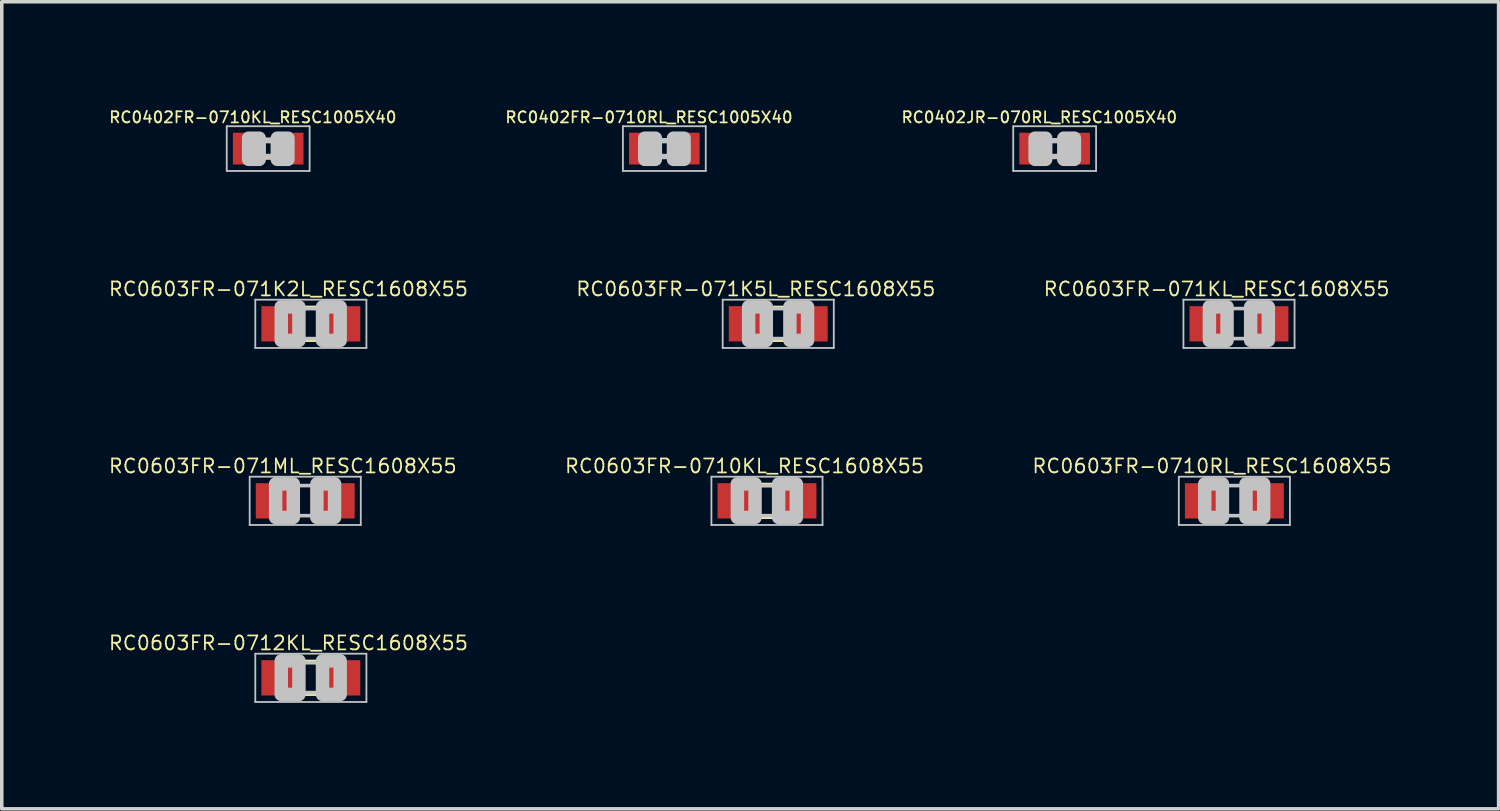
<source format=kicad_pcb>
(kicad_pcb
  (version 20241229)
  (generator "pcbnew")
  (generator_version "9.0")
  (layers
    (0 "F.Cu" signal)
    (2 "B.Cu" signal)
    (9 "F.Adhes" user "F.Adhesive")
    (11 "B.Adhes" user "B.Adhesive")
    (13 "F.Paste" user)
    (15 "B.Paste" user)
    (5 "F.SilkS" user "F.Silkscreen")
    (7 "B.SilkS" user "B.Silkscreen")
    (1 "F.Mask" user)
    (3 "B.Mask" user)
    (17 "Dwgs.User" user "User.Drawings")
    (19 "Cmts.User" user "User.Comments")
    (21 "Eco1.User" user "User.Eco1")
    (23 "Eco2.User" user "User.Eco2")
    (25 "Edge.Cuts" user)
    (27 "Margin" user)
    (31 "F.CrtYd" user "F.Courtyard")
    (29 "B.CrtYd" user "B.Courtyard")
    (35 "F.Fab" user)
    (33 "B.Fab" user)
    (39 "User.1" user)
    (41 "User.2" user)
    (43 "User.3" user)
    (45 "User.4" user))
  (footprint "RC0603FR-0710KL_RESC1608X55"
    (layer "F.Cu")
    (at 18.665 11.13)
    (property "Reference" "RC0603FR-0710KL_RESC1608X55" (at -0.635 -0.985 0) (layer "F.SilkS") (effects (font (size 0.394 0.394) (thickness 0.05))))
    (attr smd)
    (fp_line (start -0.15 -0.45) (end 0.15 -0.45) (stroke (width 0.127) (type solid)) (layer "F.SilkS"))
    (fp_line (start -0.15 0.45) (end 0.15 0.45) (stroke (width 0.127) (type solid)) (layer "F.SilkS"))
    (fp_line (start -1.573 -0.683) (end 1.573 -0.683) (stroke (width 0.051) (type solid)) (layer "Dwgs.User"))
    (fp_line (start -1.573 0.683) (end -1.573 -0.683) (stroke (width 0.051) (type solid)) (layer "Dwgs.User"))
    (fp_line (start -0.356 -0.432) (end 0.356 -0.432) (stroke (width 0.102) (type solid)) (layer "Dwgs.User"))
    (fp_line (start -0.356 0.419) (end 0.356 0.419) (stroke (width 0.102) (type solid)) (layer "Dwgs.User"))
    (fp_line (start 1.573 -0.683) (end 1.573 0.683) (stroke (width 0.051) (type solid)) (layer "Dwgs.User"))
    (fp_line (start 1.573 0.683) (end -1.573 0.683) (stroke (width 0.051) (type solid)) (layer "Dwgs.User"))
    (fp_poly (pts (xy -0.838 -0.48) (xy -0.338 -0.48) (xy -0.338 0.47) (xy -0.838 0.47)) (stroke (width 0.381) (type solid)) (fill no) (layer "Dwgs.User"))
    (fp_poly (pts (xy 0.33 -0.48) (xy 0.83 -0.48) (xy 0.83 0.47) (xy 0.33 0.47)) (stroke (width 0.381) (type solid)) (fill no) (layer "Dwgs.User"))
    (pad "1" smd rect (at -0.85 0) (size 1.1 1) (layers "F.Cu" "F.Mask" "F.Paste"))
    (pad "2" smd rect (at 0.85 0) (size 1.1 1) (layers "F.Cu" "F.Mask" "F.Paste")))
  (footprint "RC0402JR-070RL_RESC1005X40"
    (layer "F.Cu")
    (at 26.81 1.157)
    (property "Reference" "RC0402JR-070RL_RESC1005X40" (at -0.435 -0.885 0) (layer "F.SilkS") (effects (font (size 0.315 0.315) (thickness 0.05))))
    (attr smd)
    (fp_line (start -1.173 -0.633) (end 1.173 -0.633) (stroke (width 0.051) (type solid)) (layer "Dwgs.User"))
    (fp_line (start -1.173 0.633) (end -1.173 -0.633) (stroke (width 0.051) (type solid)) (layer "Dwgs.User"))
    (fp_line (start -0.245 -0.224) (end 0.245 -0.224) (stroke (width 0.152) (type solid)) (layer "Dwgs.User"))
    (fp_line (start 0.245 0.224) (end -0.245 0.224) (stroke (width 0.152) (type solid)) (layer "Dwgs.User"))
    (fp_line (start 1.173 -0.633) (end 1.173 0.633) (stroke (width 0.051) (type solid)) (layer "Dwgs.User"))
    (fp_line (start 1.173 0.633) (end -1.173 0.633) (stroke (width 0.051) (type solid)) (layer "Dwgs.User"))
    (fp_poly (pts (xy -0.554 -0.295) (xy -0.254 -0.295) (xy -0.254 0.305) (xy -0.554 0.305)) (stroke (width 0.381) (type solid)) (fill no) (layer "Dwgs.User"))
    (fp_poly (pts (xy 0.259 -0.295) (xy 0.559 -0.295) (xy 0.559 0.305) (xy 0.259 0.305)) (stroke (width 0.381) (type solid)) (fill no) (layer "Dwgs.User"))
    (pad "1" smd rect (at -0.65 0) (size 0.7 0.9) (layers "F.Cu" "F.Mask" "F.Paste"))
    (pad "2" smd rect (at 0.65 0) (size 0.7 0.9) (layers "F.Cu" "F.Mask" "F.Paste")))
  (footprint "RC0402FR-0710RL_RESC1005X40"
    (layer "F.Cu")
    (at 15.759 1.157)
    (property "Reference" "RC0402FR-0710RL_RESC1005X40" (at -0.435 -0.885 0) (layer "F.SilkS") (effects (font (size 0.315 0.315) (thickness 0.05))))
    (attr smd)
    (fp_line (start -1.173 -0.633) (end 1.173 -0.633) (stroke (width 0.051) (type solid)) (layer "Dwgs.User"))
    (fp_line (start -1.173 0.633) (end -1.173 -0.633) (stroke (width 0.051) (type solid)) (layer "Dwgs.User"))
    (fp_line (start -0.245 -0.224) (end 0.245 -0.224) (stroke (width 0.152) (type solid)) (layer "Dwgs.User"))
    (fp_line (start 0.245 0.224) (end -0.245 0.224) (stroke (width 0.152) (type solid)) (layer "Dwgs.User"))
    (fp_line (start 1.173 -0.633) (end 1.173 0.633) (stroke (width 0.051) (type solid)) (layer "Dwgs.User"))
    (fp_line (start 1.173 0.633) (end -1.173 0.633) (stroke (width 0.051) (type solid)) (layer "Dwgs.User"))
    (fp_poly (pts (xy -0.554 -0.295) (xy -0.254 -0.295) (xy -0.254 0.305) (xy -0.554 0.305)) (stroke (width 0.381) (type solid)) (fill no) (layer "Dwgs.User"))
    (fp_poly (pts (xy 0.259 -0.295) (xy 0.559 -0.295) (xy 0.559 0.305) (xy 0.259 0.305)) (stroke (width 0.381) (type solid)) (fill no) (layer "Dwgs.User"))
    (pad "1" smd rect (at -0.65 0) (size 0.7 0.9) (layers "F.Cu" "F.Mask" "F.Paste"))
    (pad "2" smd rect (at 0.65 0) (size 0.7 0.9) (layers "F.Cu" "F.Mask" "F.Paste")))
  (footprint "RC0603FR-0710RL_RESC1608X55"
    (layer "F.Cu")
    (at 31.898 11.13)
    (property "Reference" "RC0603FR-0710RL_RESC1608X55" (at -0.635 -0.985 0) (layer "F.SilkS") (effects (font (size 0.394 0.394) (thickness 0.05))))
    (attr smd)
    (fp_line (start -1.573 -0.683) (end 1.573 -0.683) (stroke (width 0.051) (type solid)) (layer "Dwgs.User"))
    (fp_line (start -1.573 0.683) (end -1.573 -0.683) (stroke (width 0.051) (type solid)) (layer "Dwgs.User"))
    (fp_line (start -0.356 -0.432) (end 0.356 -0.432) (stroke (width 0.102) (type solid)) (layer "Dwgs.User"))
    (fp_line (start -0.356 0.419) (end 0.356 0.419) (stroke (width 0.102) (type solid)) (layer "Dwgs.User"))
    (fp_line (start 1.573 -0.683) (end 1.573 0.683) (stroke (width 0.051) (type solid)) (layer "Dwgs.User"))
    (fp_line (start 1.573 0.683) (end -1.573 0.683) (stroke (width 0.051) (type solid)) (layer "Dwgs.User"))
    (fp_poly (pts (xy -0.838 -0.48) (xy -0.338 -0.48) (xy -0.338 0.47) (xy -0.838 0.47)) (stroke (width 0.381) (type solid)) (fill no) (layer "Dwgs.User"))
    (fp_poly (pts (xy 0.33 -0.48) (xy 0.83 -0.48) (xy 0.83 0.47) (xy 0.33 0.47)) (stroke (width 0.381) (type solid)) (fill no) (layer "Dwgs.User"))
    (pad "1" smd rect (at -0.85 0) (size 1.1 1) (layers "F.Cu" "F.Mask" "F.Paste"))
    (pad "2" smd rect (at 0.85 0) (size 1.1 1) (layers "F.Cu" "F.Mask" "F.Paste")))
  (footprint "RC0402FR-0710KL_RESC1005X40"
    (layer "F.Cu")
    (at 4.543 1.157)
    (property "Reference" "RC0402FR-0710KL_RESC1005X40" (at -0.435 -0.885 0) (layer "F.SilkS") (effects (font (size 0.315 0.315) (thickness 0.05))))
    (attr smd)
    (fp_line (start -0.15 -0.25) (end 0.15 -0.25) (stroke (width 0.127) (type solid)) (layer "F.SilkS"))
    (fp_line (start -0.15 0.25) (end 0.15 0.25) (stroke (width 0.127) (type solid)) (layer "F.SilkS"))
    (fp_line (start -1.173 -0.633) (end 1.173 -0.633) (stroke (width 0.051) (type solid)) (layer "Dwgs.User"))
    (fp_line (start -1.173 0.633) (end -1.173 -0.633) (stroke (width 0.051) (type solid)) (layer "Dwgs.User"))
    (fp_line (start -0.245 -0.224) (end 0.245 -0.224) (stroke (width 0.152) (type solid)) (layer "Dwgs.User"))
    (fp_line (start 0.245 0.224) (end -0.245 0.224) (stroke (width 0.152) (type solid)) (layer "Dwgs.User"))
    (fp_line (start 1.173 -0.633) (end 1.173 0.633) (stroke (width 0.051) (type solid)) (layer "Dwgs.User"))
    (fp_line (start 1.173 0.633) (end -1.173 0.633) (stroke (width 0.051) (type solid)) (layer "Dwgs.User"))
    (fp_poly (pts (xy -0.554 -0.295) (xy -0.254 -0.295) (xy -0.254 0.305) (xy -0.554 0.305)) (stroke (width 0.381) (type solid)) (fill no) (layer "Dwgs.User"))
    (fp_poly (pts (xy 0.259 -0.295) (xy 0.559 -0.295) (xy 0.559 0.305) (xy 0.259 0.305)) (stroke (width 0.381) (type solid)) (fill no) (layer "Dwgs.User"))
    (pad "1" smd rect (at -0.65 0) (size 0.7 0.9) (layers "F.Cu" "F.Mask" "F.Paste"))
    (pad "2" smd rect (at 0.65 0) (size 0.7 0.9) (layers "F.Cu" "F.Mask" "F.Paste")))
  (footprint "RC0603FR-071KL_RESC1608X55"
    (layer "F.Cu")
    (at 32.029 6.118)
    (property "Reference" "RC0603FR-071KL_RESC1608X55" (at -0.635 -0.985 0) (layer "F.SilkS") (effects (font (size 0.394 0.394) (thickness 0.05))))
    (attr smd)
    (fp_line (start -1.573 -0.683) (end 1.573 -0.683) (stroke (width 0.051) (type solid)) (layer "Dwgs.User"))
    (fp_line (start -1.573 0.683) (end -1.573 -0.683) (stroke (width 0.051) (type solid)) (layer "Dwgs.User"))
    (fp_line (start -0.356 -0.432) (end 0.356 -0.432) (stroke (width 0.102) (type solid)) (layer "Dwgs.User"))
    (fp_line (start -0.356 0.419) (end 0.356 0.419) (stroke (width 0.102) (type solid)) (layer "Dwgs.User"))
    (fp_line (start 1.573 -0.683) (end 1.573 0.683) (stroke (width 0.051) (type solid)) (layer "Dwgs.User"))
    (fp_line (start 1.573 0.683) (end -1.573 0.683) (stroke (width 0.051) (type solid)) (layer "Dwgs.User"))
    (fp_poly (pts (xy -0.838 -0.48) (xy -0.338 -0.48) (xy -0.338 0.47) (xy -0.838 0.47)) (stroke (width 0.381) (type solid)) (fill no) (layer "Dwgs.User"))
    (fp_poly (pts (xy 0.33 -0.48) (xy 0.83 -0.48) (xy 0.83 0.47) (xy 0.33 0.47)) (stroke (width 0.381) (type solid)) (fill no) (layer "Dwgs.User"))
    (pad "1" smd rect (at -0.85 0) (size 1.1 1) (layers "F.Cu" "F.Mask" "F.Paste"))
    (pad "2" smd rect (at 0.85 0) (size 1.1 1) (layers "F.Cu" "F.Mask" "F.Paste")))
  (footprint "RC0603FR-0712KL_RESC1608X55"
    (layer "F.Cu")
    (at 5.751 16.141)
    (property "Reference" "RC0603FR-0712KL_RESC1608X55" (at -0.635 -0.985 0) (layer "F.SilkS") (effects (font (size 0.394 0.394) (thickness 0.05))))
    (attr smd)
    (fp_line (start -0.15 -0.45) (end 0.15 -0.45) (stroke (width 0.127) (type solid)) (layer "F.SilkS"))
    (fp_line (start -0.15 0.45) (end 0.15 0.45) (stroke (width 0.127) (type solid)) (layer "F.SilkS"))
    (fp_line (start -1.573 -0.683) (end 1.573 -0.683) (stroke (width 0.051) (type solid)) (layer "Dwgs.User"))
    (fp_line (start -1.573 0.683) (end -1.573 -0.683) (stroke (width 0.051) (type solid)) (layer "Dwgs.User"))
    (fp_line (start -0.356 -0.432) (end 0.356 -0.432) (stroke (width 0.102) (type solid)) (layer "Dwgs.User"))
    (fp_line (start -0.356 0.419) (end 0.356 0.419) (stroke (width 0.102) (type solid)) (layer "Dwgs.User"))
    (fp_line (start 1.573 -0.683) (end 1.573 0.683) (stroke (width 0.051) (type solid)) (layer "Dwgs.User"))
    (fp_line (start 1.573 0.683) (end -1.573 0.683) (stroke (width 0.051) (type solid)) (layer "Dwgs.User"))
    (fp_poly (pts (xy -0.838 -0.48) (xy -0.338 -0.48) (xy -0.338 0.47) (xy -0.838 0.47)) (stroke (width 0.381) (type solid)) (fill no) (layer "Dwgs.User"))
    (fp_poly (pts (xy 0.33 -0.48) (xy 0.83 -0.48) (xy 0.83 0.47) (xy 0.33 0.47)) (stroke (width 0.381) (type solid)) (fill no) (layer "Dwgs.User"))
    (pad "1" smd rect (at -0.85 0) (size 1.1 1) (layers "F.Cu" "F.Mask" "F.Paste"))
    (pad "2" smd rect (at 0.85 0) (size 1.1 1) (layers "F.Cu" "F.Mask" "F.Paste")))
  (footprint "RC0603FR-071K5L_RESC1608X55"
    (layer "F.Cu")
    (at 18.984 6.118)
    (property "Reference" "RC0603FR-071K5L_RESC1608X55" (at -0.635 -0.985 0) (layer "F.SilkS") (effects (font (size 0.394 0.394) (thickness 0.05))))
    (attr smd)
    (fp_line (start -0.15 -0.45) (end 0.15 -0.45) (stroke (width 0.127) (type solid)) (layer "F.SilkS"))
    (fp_line (start -0.15 0.45) (end 0.15 0.45) (stroke (width 0.127) (type solid)) (layer "F.SilkS"))
    (fp_line (start -1.573 -0.683) (end 1.573 -0.683) (stroke (width 0.051) (type solid)) (layer "Dwgs.User"))
    (fp_line (start -1.573 0.683) (end -1.573 -0.683) (stroke (width 0.051) (type solid)) (layer "Dwgs.User"))
    (fp_line (start -0.356 -0.432) (end 0.356 -0.432) (stroke (width 0.102) (type solid)) (layer "Dwgs.User"))
    (fp_line (start -0.356 0.419) (end 0.356 0.419) (stroke (width 0.102) (type solid)) (layer "Dwgs.User"))
    (fp_line (start 1.573 -0.683) (end 1.573 0.683) (stroke (width 0.051) (type solid)) (layer "Dwgs.User"))
    (fp_line (start 1.573 0.683) (end -1.573 0.683) (stroke (width 0.051) (type solid)) (layer "Dwgs.User"))
    (fp_poly (pts (xy -0.838 -0.48) (xy -0.338 -0.48) (xy -0.338 0.47) (xy -0.838 0.47)) (stroke (width 0.381) (type solid)) (fill no) (layer "Dwgs.User"))
    (fp_poly (pts (xy 0.33 -0.48) (xy 0.83 -0.48) (xy 0.83 0.47) (xy 0.33 0.47)) (stroke (width 0.381) (type solid)) (fill no) (layer "Dwgs.User"))
    (pad "1" smd rect (at -0.85 0) (size 1.1 1) (layers "F.Cu" "F.Mask" "F.Paste"))
    (pad "2" smd rect (at 0.85 0) (size 1.1 1) (layers "F.Cu" "F.Mask" "F.Paste")))
  (footprint "RC0603FR-071K2L_RESC1608X55"
    (layer "F.Cu")
    (at 5.751 6.118)
    (property "Reference" "RC0603FR-071K2L_RESC1608X55" (at -0.635 -0.985 0) (layer "F.SilkS") (effects (font (size 0.394 0.394) (thickness 0.05))))
    (attr smd)
    (fp_line (start -0.15 -0.45) (end 0.15 -0.45) (stroke (width 0.127) (type solid)) (layer "F.SilkS"))
    (fp_line (start -0.15 0.45) (end 0.15 0.45) (stroke (width 0.127) (type solid)) (layer "F.SilkS"))
    (fp_line (start -1.573 -0.683) (end 1.573 -0.683) (stroke (width 0.051) (type solid)) (layer "Dwgs.User"))
    (fp_line (start -1.573 0.683) (end -1.573 -0.683) (stroke (width 0.051) (type solid)) (layer "Dwgs.User"))
    (fp_line (start -0.356 -0.432) (end 0.356 -0.432) (stroke (width 0.102) (type solid)) (layer "Dwgs.User"))
    (fp_line (start -0.356 0.419) (end 0.356 0.419) (stroke (width 0.102) (type solid)) (layer "Dwgs.User"))
    (fp_line (start 1.573 -0.683) (end 1.573 0.683) (stroke (width 0.051) (type solid)) (layer "Dwgs.User"))
    (fp_line (start 1.573 0.683) (end -1.573 0.683) (stroke (width 0.051) (type solid)) (layer "Dwgs.User"))
    (fp_poly (pts (xy -0.838 -0.48) (xy -0.338 -0.48) (xy -0.338 0.47) (xy -0.838 0.47)) (stroke (width 0.381) (type solid)) (fill no) (layer "Dwgs.User"))
    (fp_poly (pts (xy 0.33 -0.48) (xy 0.83 -0.48) (xy 0.83 0.47) (xy 0.33 0.47)) (stroke (width 0.381) (type solid)) (fill no) (layer "Dwgs.User"))
    (pad "1" smd rect (at -0.85 0) (size 1.1 1) (layers "F.Cu" "F.Mask" "F.Paste"))
    (pad "2" smd rect (at 0.85 0) (size 1.1 1) (layers "F.Cu" "F.Mask" "F.Paste")))
  (footprint "RC0603FR-071ML_RESC1608X55"
    (layer "F.Cu")
    (at 5.592 11.13)
    (property "Reference" "RC0603FR-071ML_RESC1608X55" (at -0.635 -0.985 0) (layer "F.SilkS") (effects (font (size 0.394 0.394) (thickness 0.05))))
    (attr smd)
    (fp_line (start -1.573 -0.683) (end 1.573 -0.683) (stroke (width 0.051) (type solid)) (layer "Dwgs.User"))
    (fp_line (start -1.573 0.683) (end -1.573 -0.683) (stroke (width 0.051) (type solid)) (layer "Dwgs.User"))
    (fp_line (start -0.356 -0.432) (end 0.356 -0.432) (stroke (width 0.102) (type solid)) (layer "Dwgs.User"))
    (fp_line (start -0.356 0.419) (end 0.356 0.419) (stroke (width 0.102) (type solid)) (layer "Dwgs.User"))
    (fp_line (start 1.573 -0.683) (end 1.573 0.683) (stroke (width 0.051) (type solid)) (layer "Dwgs.User"))
    (fp_line (start 1.573 0.683) (end -1.573 0.683) (stroke (width 0.051) (type solid)) (layer "Dwgs.User"))
    (fp_poly (pts (xy -0.838 -0.48) (xy -0.338 -0.48) (xy -0.338 0.47) (xy -0.838 0.47)) (stroke (width 0.381) (type solid)) (fill no) (layer "Dwgs.User"))
    (fp_poly (pts (xy 0.33 -0.48) (xy 0.83 -0.48) (xy 0.83 0.47) (xy 0.33 0.47)) (stroke (width 0.381) (type solid)) (fill no) (layer "Dwgs.User"))
    (pad "1" smd rect (at -0.85 0) (size 1.1 1) (layers "F.Cu" "F.Mask" "F.Paste"))
    (pad "2" smd rect (at 0.85 0) (size 1.1 1) (layers "F.Cu" "F.Mask" "F.Paste")))
  (gr_rect
    (start -3 -3)
    (end 39.379 19.85)
    (stroke (width 0.1) (type default))
    (fill no)
    (layer "Edge.Cuts")))
</source>
